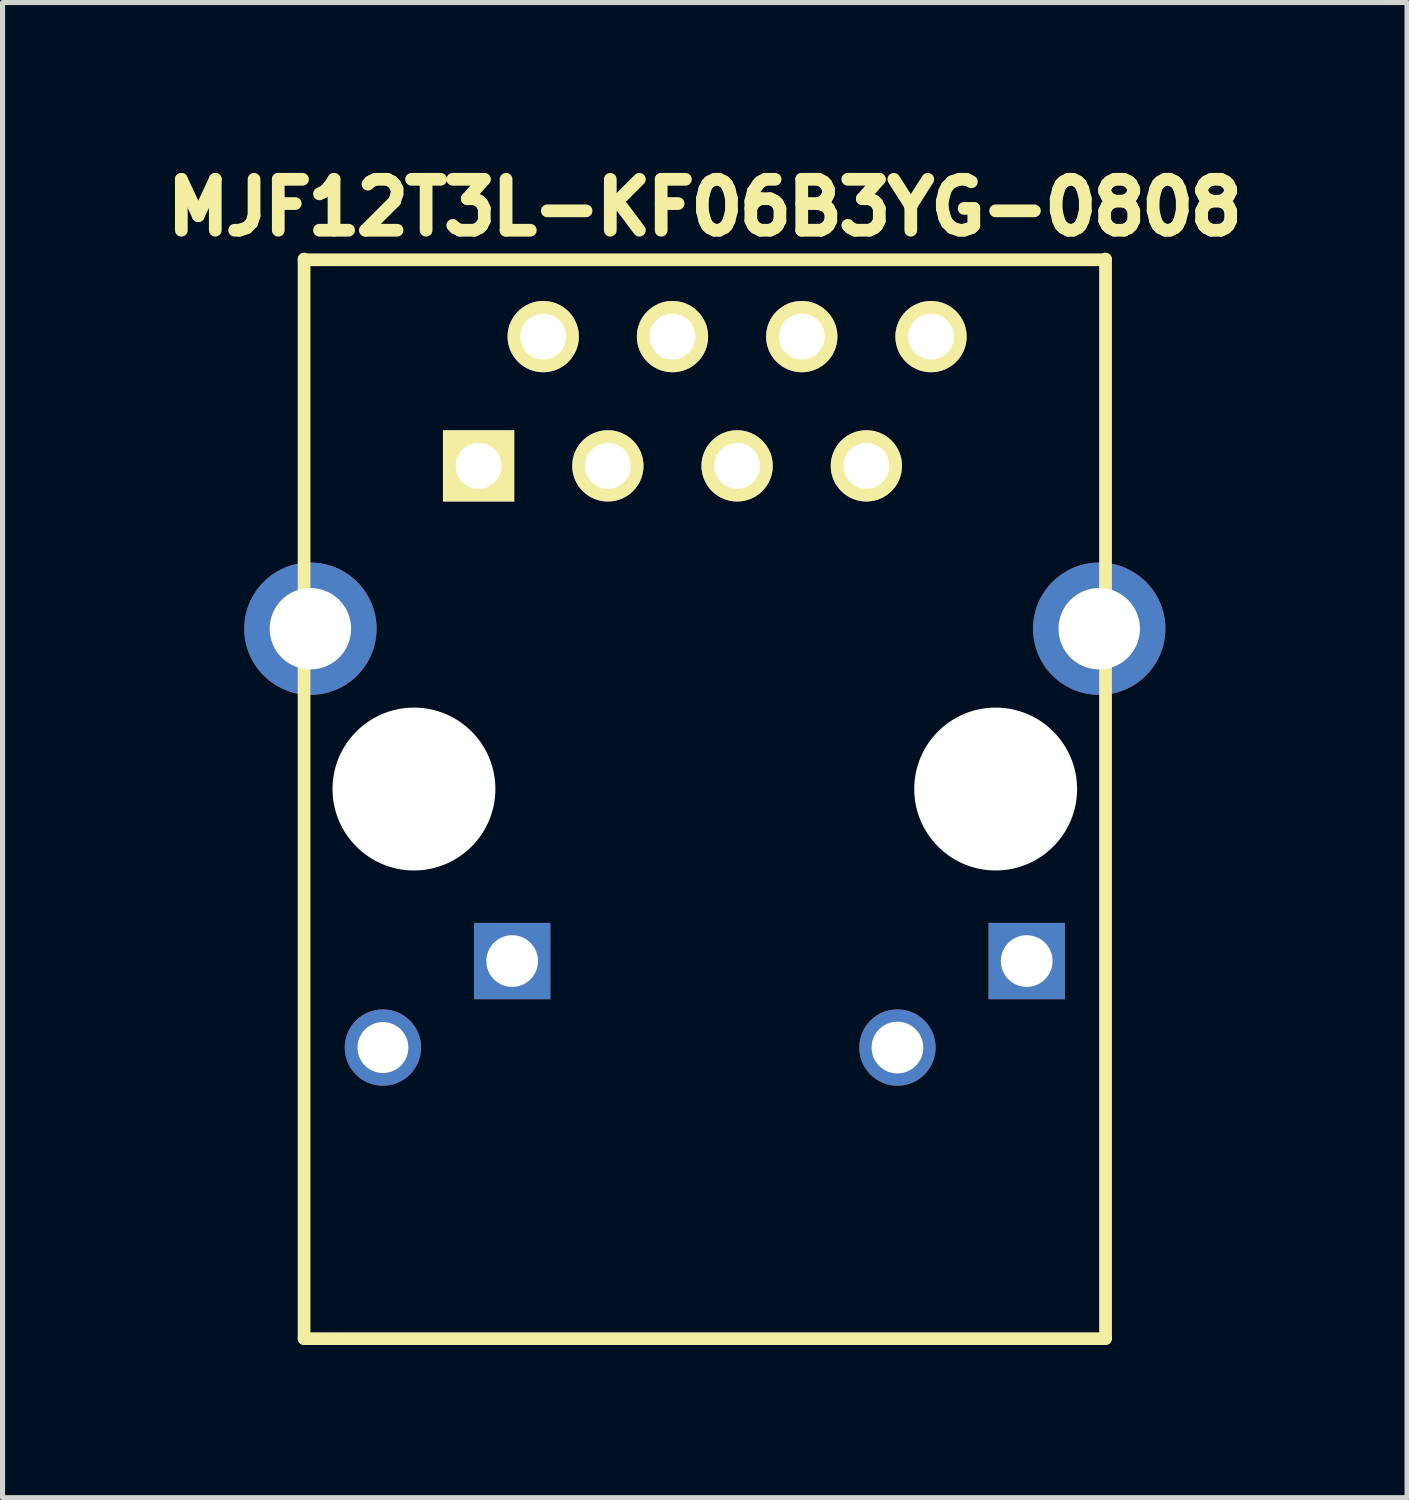
<source format=kicad_pcb>
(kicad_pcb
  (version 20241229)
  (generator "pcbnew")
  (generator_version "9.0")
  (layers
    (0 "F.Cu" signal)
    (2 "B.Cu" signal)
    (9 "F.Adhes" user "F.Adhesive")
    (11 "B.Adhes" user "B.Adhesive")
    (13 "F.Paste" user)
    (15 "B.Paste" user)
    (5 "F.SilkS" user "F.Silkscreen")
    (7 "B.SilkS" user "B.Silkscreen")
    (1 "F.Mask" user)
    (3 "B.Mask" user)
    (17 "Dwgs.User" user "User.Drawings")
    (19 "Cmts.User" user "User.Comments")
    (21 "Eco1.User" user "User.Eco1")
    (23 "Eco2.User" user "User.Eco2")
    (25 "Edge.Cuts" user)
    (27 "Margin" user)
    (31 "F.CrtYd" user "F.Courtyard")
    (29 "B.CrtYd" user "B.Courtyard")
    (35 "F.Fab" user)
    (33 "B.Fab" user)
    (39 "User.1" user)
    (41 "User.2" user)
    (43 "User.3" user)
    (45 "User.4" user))
  (footprint "MJF12T3L-KF06B3YG-0808"
    (layer "F.Cu")
    (at 10.799 12.454)
    (property "Reference" "MJF12T3L-KF06B3YG-0808" (at 0 -11.43 0) (layer "F.SilkS") (effects (font (size 1 1) (thickness 0.25))))
    (attr through_hole)
    (fp_line (start -7.874 -10.4) (end 7.874 -10.4) (stroke (width 0.25) (type solid)) (layer "F.SilkS"))
    (fp_line (start -7.874 10.795) (end -7.874 -10.414) (stroke (width 0.25) (type solid)) (layer "F.SilkS"))
    (fp_line (start -7.874 10.8) (end 7.874 10.8) (stroke (width 0.25) (type solid)) (layer "F.SilkS"))
    (fp_line (start 7.874 -10.414) (end 7.874 10.795) (stroke (width 0.25) (type solid)) (layer "F.SilkS"))
    (pad "" np_thru_hole circle (at -5.715 0) (size 3.2 3.2) (drill 3.2) (layers "*.Cu"))
    (pad "" np_thru_hole circle (at 5.715 0) (size 3.2 3.2) (drill 3.2) (layers "*.Cu"))
    (pad "1" thru_hole rect (at -4.445 -6.35) (size 1.4 1.4) (drill 0.9) (layers "*.Cu" "*.Mask" "F.SilkS"))
    (pad "2" thru_hole circle (at -3.175 -8.89) (size 1.4 1.4) (drill 0.9) (layers "*.Cu" "*.Mask" "F.SilkS"))
    (pad "3" thru_hole circle (at -1.905 -6.35) (size 1.4 1.4) (drill 0.9) (layers "*.Cu" "*.Mask" "F.SilkS"))
    (pad "4" thru_hole circle (at -0.635 -8.89) (size 1.4 1.4) (drill 0.9) (layers "*.Cu" "*.Mask" "F.SilkS"))
    (pad "5" thru_hole circle (at 0.635 -6.35) (size 1.4 1.4) (drill 0.9) (layers "*.Cu" "*.Mask" "F.SilkS"))
    (pad "6" thru_hole circle (at 1.905 -8.89) (size 1.4 1.4) (drill 0.9) (layers "*.Cu" "*.Mask" "F.SilkS"))
    (pad "7" thru_hole circle (at 3.175 -6.35) (size 1.4 1.4) (drill 0.9) (layers "*.Cu" "*.Mask" "F.SilkS"))
    (pad "8" thru_hole circle (at 4.445 -8.89) (size 1.4 1.4) (drill 0.9) (layers "*.Cu" "*.Mask" "F.SilkS"))
    (pad "13" thru_hole circle (at -7.75 -3.15) (size 2.6 2.6) (drill 1.6) (layers "*.Cu" "*.Mask"))
    (pad "13" thru_hole circle (at 7.75 -3.15) (size 2.6 2.6) (drill 1.6) (layers "*.Cu" "*.Mask"))
    (pad "GA" thru_hole circle (at -6.325 5.08) (size 1.5 1.5) (drill 1) (layers "*.Cu" "*.Mask"))
    (pad "GK" thru_hole rect (at -3.785 3.38) (size 1.5 1.5) (drill 1.016) (layers "*.Cu" "*.Mask"))
    (pad "YA" thru_hole rect (at 6.325 3.38) (size 1.5 1.5) (drill 1.016) (layers "*.Cu" "*.Mask"))
    (pad "YK" thru_hole circle (at 3.785 5.08) (size 1.5 1.5) (drill 1.016) (layers "*.Cu" "*.Mask")))
  (gr_rect
    (start -3 -3)
    (end 24.598 26.379)
    (stroke (width 0.1) (type default))
    (fill no)
    (layer "Edge.Cuts")))
</source>
